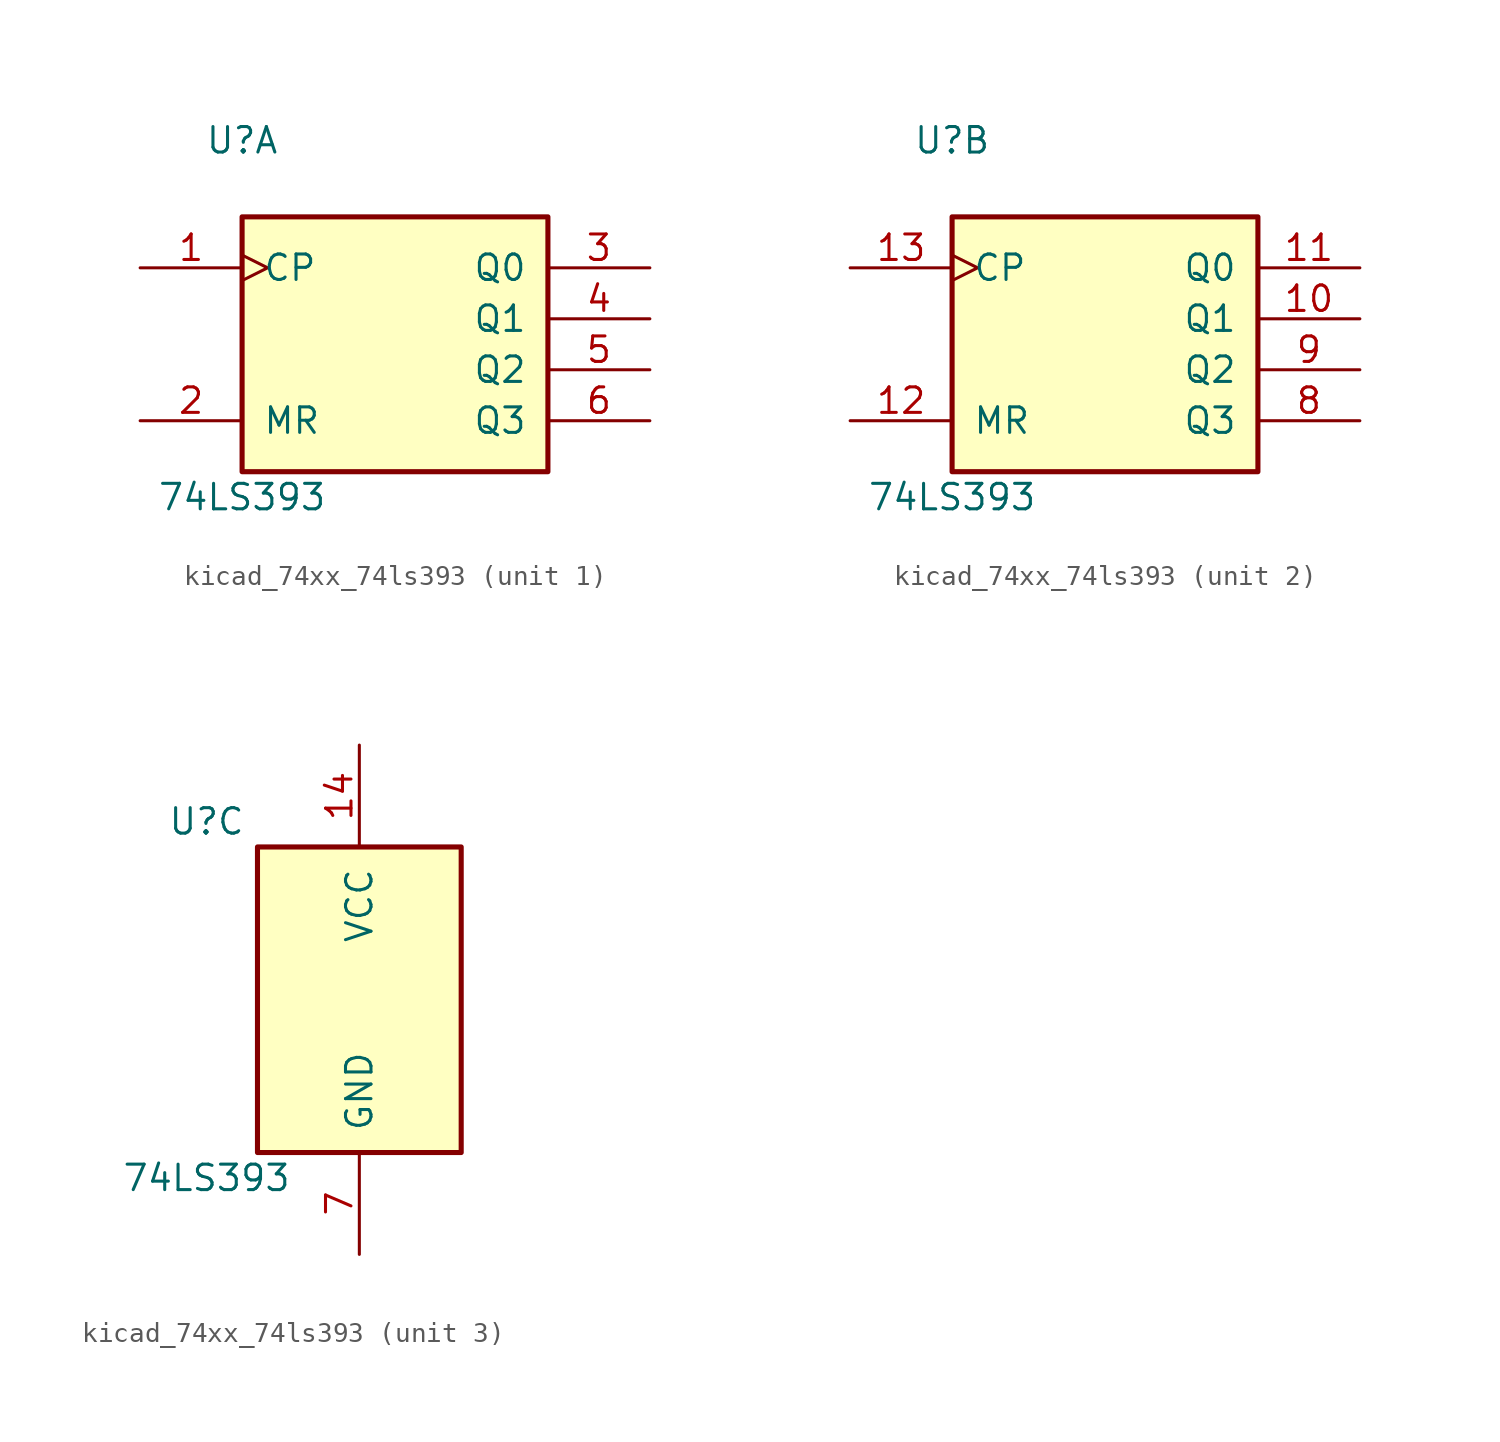
<source format=kicad_sym>
(kicad_symbol_lib
  (version 20220914)
  (generator kicad_symbol_editor)
  (symbol "kicad_74xx_74ls393"
    (pin_names
      (offset 1.016))
    (property "Reference" "U"
      (at -7.62 8.89 0)
      (effects (font (size 1.27 1.27))))
    (property "Value" "74LS393"
      (at -7.62 -8.89 0)
      (effects (font (size 1.27 1.27))))
    (property "ki_locked" ""
      (at 0 0 0)
      (effects (font (size 1.27 1.27))))
    (symbol "kicad_74xx_74ls393_1_0"
      (pin input clock (at -12.7 2.54 0) (length 5.08) (name "CP" (effects (font (size 1.27 1.27)))) (number "1" (effects (font (size 1.27 1.27)))))
      (pin input line (at -12.7 -5.08 0) (length 5.08) (name "MR" (effects (font (size 1.27 1.27)))) (number "2" (effects (font (size 1.27 1.27)))))
      (pin output line (at 12.7 2.54 180) (length 5.08) (name "Q0" (effects (font (size 1.27 1.27)))) (number "3" (effects (font (size 1.27 1.27)))))
      (pin output line (at 12.7 0 180) (length 5.08) (name "Q1" (effects (font (size 1.27 1.27)))) (number "4" (effects (font (size 1.27 1.27)))))
      (pin output line (at 12.7 -2.54 180) (length 5.08) (name "Q2" (effects (font (size 1.27 1.27)))) (number "5" (effects (font (size 1.27 1.27)))))
      (pin output line (at 12.7 -5.08 180) (length 5.08) (name "Q3" (effects (font (size 1.27 1.27)))) (number "6" (effects (font (size 1.27 1.27))))))
    (symbol "kicad_74xx_74ls393_1_1"
      (rectangle (start -7.62 5.08) (end 7.62 -7.62) (stroke (width 0.254) (type default)) (fill (type background))))
    (symbol "kicad_74xx_74ls393_2_0"
      (pin output line (at 12.7 0 180) (length 5.08) (name "Q1" (effects (font (size 1.27 1.27)))) (number "10" (effects (font (size 1.27 1.27)))))
      (pin output line (at 12.7 2.54 180) (length 5.08) (name "Q0" (effects (font (size 1.27 1.27)))) (number "11" (effects (font (size 1.27 1.27)))))
      (pin input line (at -12.7 -5.08 0) (length 5.08) (name "MR" (effects (font (size 1.27 1.27)))) (number "12" (effects (font (size 1.27 1.27)))))
      (pin input clock (at -12.7 2.54 0) (length 5.08) (name "CP" (effects (font (size 1.27 1.27)))) (number "13" (effects (font (size 1.27 1.27)))))
      (pin output line (at 12.7 -5.08 180) (length 5.08) (name "Q3" (effects (font (size 1.27 1.27)))) (number "8" (effects (font (size 1.27 1.27)))))
      (pin output line (at 12.7 -2.54 180) (length 5.08) (name "Q2" (effects (font (size 1.27 1.27)))) (number "9" (effects (font (size 1.27 1.27))))))
    (symbol "kicad_74xx_74ls393_2_1"
      (rectangle (start -7.62 5.08) (end 7.62 -7.62) (stroke (width 0.254) (type default)) (fill (type background))))
    (symbol "kicad_74xx_74ls393_3_0"
      (pin power_in line (at 0 12.7 270) (length 5.08) (name "VCC" (effects (font (size 1.27 1.27)))) (number "14" (effects (font (size 1.27 1.27)))))
      (pin power_in line (at 0 -12.7 90) (length 5.08) (name "GND" (effects (font (size 1.27 1.27)))) (number "7" (effects (font (size 1.27 1.27))))))
    (symbol "kicad_74xx_74ls393_3_1"
      (rectangle (start -5.08 7.62) (end 5.08 -7.62) (stroke (width 0.254) (type default)) (fill (type background))))))
</source>
